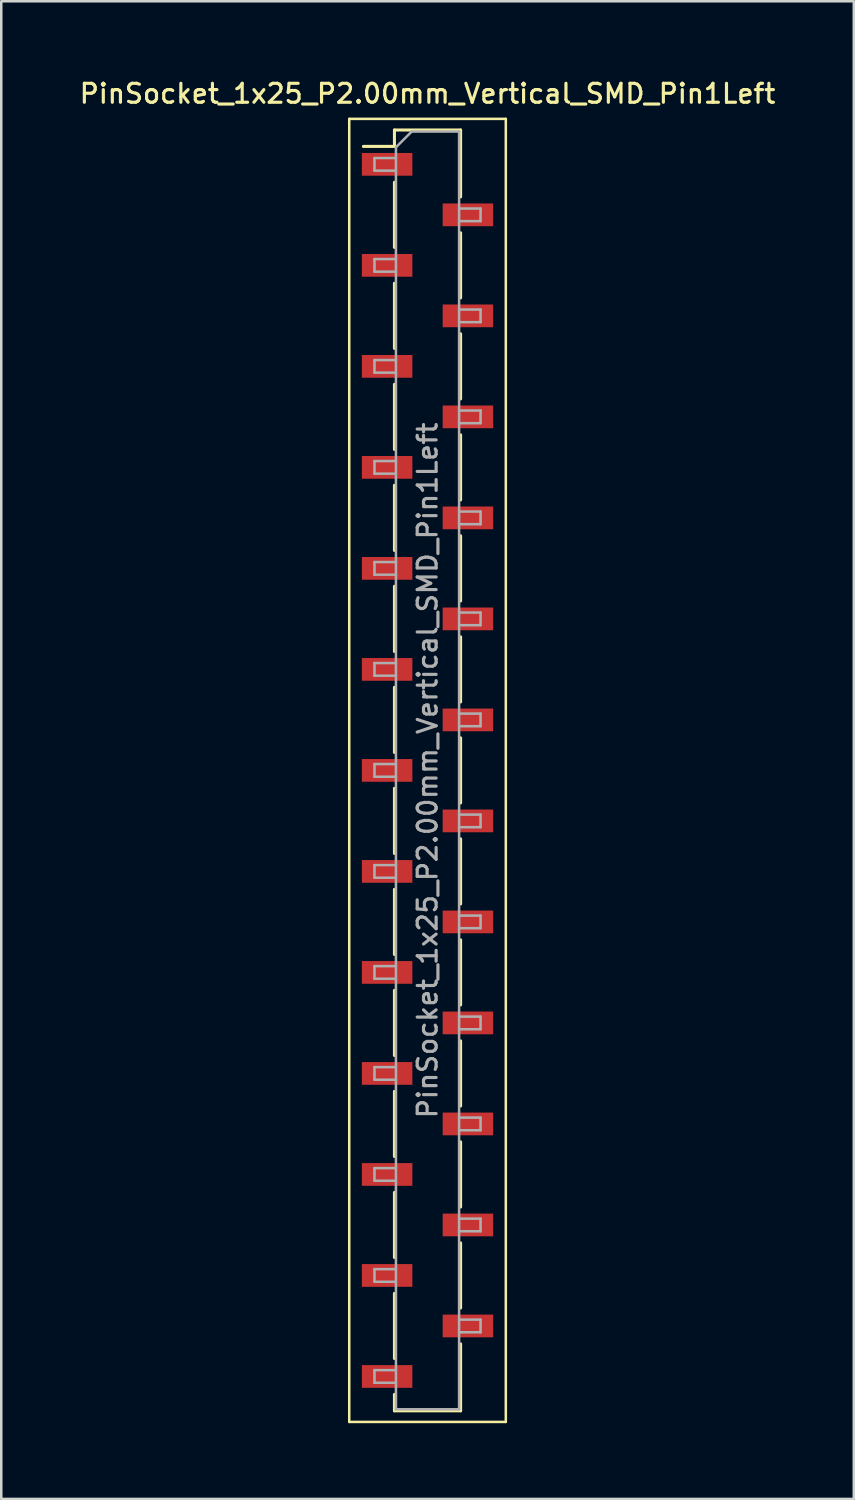
<source format=kicad_pcb>
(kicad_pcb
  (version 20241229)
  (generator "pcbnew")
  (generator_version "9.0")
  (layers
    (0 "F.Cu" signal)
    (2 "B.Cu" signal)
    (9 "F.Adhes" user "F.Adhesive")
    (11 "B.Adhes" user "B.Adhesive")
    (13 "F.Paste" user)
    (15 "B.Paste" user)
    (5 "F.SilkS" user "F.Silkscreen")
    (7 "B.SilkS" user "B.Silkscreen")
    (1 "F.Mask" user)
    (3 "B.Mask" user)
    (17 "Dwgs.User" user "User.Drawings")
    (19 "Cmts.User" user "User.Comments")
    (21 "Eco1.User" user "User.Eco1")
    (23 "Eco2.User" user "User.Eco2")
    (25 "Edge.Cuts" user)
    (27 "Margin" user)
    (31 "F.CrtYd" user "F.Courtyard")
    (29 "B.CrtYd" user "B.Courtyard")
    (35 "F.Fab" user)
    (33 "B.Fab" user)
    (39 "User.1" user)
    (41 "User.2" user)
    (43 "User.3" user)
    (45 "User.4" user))
  (footprint "PinSocket_1x25_P2.00mm_Vertical_SMD_Pin1Left"
    (layer "F.Cu")
    (at 13.88 27.458)
    (property "Reference" "PinSocket_1x25_P2.00mm_Vertical_SMD_Pin1Left" (at 0 -26.8 0) (layer "F.SilkS") (effects (font (size 0.75 0.75) (thickness 0.125))))
    (attr smd)
    (fp_line (start -3.1 -25.8) (end 3.1 -25.8) (stroke (width 0.1) (type solid)) (layer "F.SilkS"))
    (fp_line (start -3.1 25.8) (end -3.1 -25.8) (stroke (width 0.1) (type solid)) (layer "F.SilkS"))
    (fp_line (start -2.54 -24.71) (end -1.31 -24.71) (stroke (width 0.12) (type solid)) (layer "F.SilkS"))
    (fp_line (start -1.31 -25.36) (end -1.31 -24.71) (stroke (width 0.12) (type solid)) (layer "F.SilkS"))
    (fp_line (start -1.31 -25.36) (end 1.31 -25.36) (stroke (width 0.12) (type solid)) (layer "F.SilkS"))
    (fp_line (start -1.31 -23.29) (end -1.31 -20.71) (stroke (width 0.12) (type solid)) (layer "F.SilkS"))
    (fp_line (start -1.31 -19.29) (end -1.31 -16.71) (stroke (width 0.12) (type solid)) (layer "F.SilkS"))
    (fp_line (start -1.31 -15.29) (end -1.31 -12.71) (stroke (width 0.12) (type solid)) (layer "F.SilkS"))
    (fp_line (start -1.31 -11.29) (end -1.31 -8.71) (stroke (width 0.12) (type solid)) (layer "F.SilkS"))
    (fp_line (start -1.31 -7.29) (end -1.31 -4.71) (stroke (width 0.12) (type solid)) (layer "F.SilkS"))
    (fp_line (start -1.31 -3.29) (end -1.31 -0.71) (stroke (width 0.12) (type solid)) (layer "F.SilkS"))
    (fp_line (start -1.31 0.71) (end -1.31 3.29) (stroke (width 0.12) (type solid)) (layer "F.SilkS"))
    (fp_line (start -1.31 4.71) (end -1.31 7.29) (stroke (width 0.12) (type solid)) (layer "F.SilkS"))
    (fp_line (start -1.31 8.71) (end -1.31 11.29) (stroke (width 0.12) (type solid)) (layer "F.SilkS"))
    (fp_line (start -1.31 12.71) (end -1.31 15.29) (stroke (width 0.12) (type solid)) (layer "F.SilkS"))
    (fp_line (start -1.31 16.71) (end -1.31 19.29) (stroke (width 0.12) (type solid)) (layer "F.SilkS"))
    (fp_line (start -1.31 20.71) (end -1.31 23.29) (stroke (width 0.12) (type solid)) (layer "F.SilkS"))
    (fp_line (start -1.31 24.71) (end -1.31 25.36) (stroke (width 0.12) (type solid)) (layer "F.SilkS"))
    (fp_line (start -1.31 25.36) (end 1.31 25.36) (stroke (width 0.12) (type solid)) (layer "F.SilkS"))
    (fp_line (start 1.31 -25.36) (end 1.31 -22.71) (stroke (width 0.12) (type solid)) (layer "F.SilkS"))
    (fp_line (start 1.31 -21.29) (end 1.31 -18.71) (stroke (width 0.12) (type solid)) (layer "F.SilkS"))
    (fp_line (start 1.31 -17.29) (end 1.31 -14.71) (stroke (width 0.12) (type solid)) (layer "F.SilkS"))
    (fp_line (start 1.31 -13.29) (end 1.31 -10.71) (stroke (width 0.12) (type solid)) (layer "F.SilkS"))
    (fp_line (start 1.31 -9.29) (end 1.31 -6.71) (stroke (width 0.12) (type solid)) (layer "F.SilkS"))
    (fp_line (start 1.31 -5.29) (end 1.31 -2.71) (stroke (width 0.12) (type solid)) (layer "F.SilkS"))
    (fp_line (start 1.31 -1.29) (end 1.31 1.29) (stroke (width 0.12) (type solid)) (layer "F.SilkS"))
    (fp_line (start 1.31 2.71) (end 1.31 5.29) (stroke (width 0.12) (type solid)) (layer "F.SilkS"))
    (fp_line (start 1.31 6.71) (end 1.31 9.29) (stroke (width 0.12) (type solid)) (layer "F.SilkS"))
    (fp_line (start 1.31 10.71) (end 1.31 13.29) (stroke (width 0.12) (type solid)) (layer "F.SilkS"))
    (fp_line (start 1.31 14.71) (end 1.31 17.29) (stroke (width 0.12) (type solid)) (layer "F.SilkS"))
    (fp_line (start 1.31 18.71) (end 1.31 21.29) (stroke (width 0.12) (type solid)) (layer "F.SilkS"))
    (fp_line (start 1.31 22.71) (end 1.31 25.36) (stroke (width 0.12) (type solid)) (layer "F.SilkS"))
    (fp_line (start 3.1 -25.8) (end 3.1 25.8) (stroke (width 0.1) (type solid)) (layer "F.SilkS"))
    (fp_line (start 3.1 25.8) (end -3.1 25.8) (stroke (width 0.1) (type solid)) (layer "F.SilkS"))
    (fp_line (start -2.1 -24.25) (end -1.25 -24.25) (stroke (width 0.1) (type solid)) (layer "F.Fab"))
    (fp_line (start -2.1 -23.75) (end -2.1 -24.25) (stroke (width 0.1) (type solid)) (layer "F.Fab"))
    (fp_line (start -2.1 -20.25) (end -1.25 -20.25) (stroke (width 0.1) (type solid)) (layer "F.Fab"))
    (fp_line (start -2.1 -19.75) (end -2.1 -20.25) (stroke (width 0.1) (type solid)) (layer "F.Fab"))
    (fp_line (start -2.1 -16.25) (end -1.25 -16.25) (stroke (width 0.1) (type solid)) (layer "F.Fab"))
    (fp_line (start -2.1 -15.75) (end -2.1 -16.25) (stroke (width 0.1) (type solid)) (layer "F.Fab"))
    (fp_line (start -2.1 -12.25) (end -1.25 -12.25) (stroke (width 0.1) (type solid)) (layer "F.Fab"))
    (fp_line (start -2.1 -11.75) (end -2.1 -12.25) (stroke (width 0.1) (type solid)) (layer "F.Fab"))
    (fp_line (start -2.1 -8.25) (end -1.25 -8.25) (stroke (width 0.1) (type solid)) (layer "F.Fab"))
    (fp_line (start -2.1 -7.75) (end -2.1 -8.25) (stroke (width 0.1) (type solid)) (layer "F.Fab"))
    (fp_line (start -2.1 -4.25) (end -1.25 -4.25) (stroke (width 0.1) (type solid)) (layer "F.Fab"))
    (fp_line (start -2.1 -3.75) (end -2.1 -4.25) (stroke (width 0.1) (type solid)) (layer "F.Fab"))
    (fp_line (start -2.1 -0.25) (end -1.25 -0.25) (stroke (width 0.1) (type solid)) (layer "F.Fab"))
    (fp_line (start -2.1 0.25) (end -2.1 -0.25) (stroke (width 0.1) (type solid)) (layer "F.Fab"))
    (fp_line (start -2.1 3.75) (end -1.25 3.75) (stroke (width 0.1) (type solid)) (layer "F.Fab"))
    (fp_line (start -2.1 4.25) (end -2.1 3.75) (stroke (width 0.1) (type solid)) (layer "F.Fab"))
    (fp_line (start -2.1 7.75) (end -1.25 7.75) (stroke (width 0.1) (type solid)) (layer "F.Fab"))
    (fp_line (start -2.1 8.25) (end -2.1 7.75) (stroke (width 0.1) (type solid)) (layer "F.Fab"))
    (fp_line (start -2.1 11.75) (end -1.25 11.75) (stroke (width 0.1) (type solid)) (layer "F.Fab"))
    (fp_line (start -2.1 12.25) (end -2.1 11.75) (stroke (width 0.1) (type solid)) (layer "F.Fab"))
    (fp_line (start -2.1 15.75) (end -1.25 15.75) (stroke (width 0.1) (type solid)) (layer "F.Fab"))
    (fp_line (start -2.1 16.25) (end -2.1 15.75) (stroke (width 0.1) (type solid)) (layer "F.Fab"))
    (fp_line (start -2.1 19.75) (end -1.25 19.75) (stroke (width 0.1) (type solid)) (layer "F.Fab"))
    (fp_line (start -2.1 20.25) (end -2.1 19.75) (stroke (width 0.1) (type solid)) (layer "F.Fab"))
    (fp_line (start -2.1 23.75) (end -1.25 23.75) (stroke (width 0.1) (type solid)) (layer "F.Fab"))
    (fp_line (start -2.1 24.25) (end -2.1 23.75) (stroke (width 0.1) (type solid)) (layer "F.Fab"))
    (fp_line (start -1.25 -24.675) (end -0.625 -25.3) (stroke (width 0.1) (type solid)) (layer "F.Fab"))
    (fp_line (start -1.25 -23.75) (end -2.1 -23.75) (stroke (width 0.1) (type solid)) (layer "F.Fab"))
    (fp_line (start -1.25 -19.75) (end -2.1 -19.75) (stroke (width 0.1) (type solid)) (layer "F.Fab"))
    (fp_line (start -1.25 -15.75) (end -2.1 -15.75) (stroke (width 0.1) (type solid)) (layer "F.Fab"))
    (fp_line (start -1.25 -11.75) (end -2.1 -11.75) (stroke (width 0.1) (type solid)) (layer "F.Fab"))
    (fp_line (start -1.25 -7.75) (end -2.1 -7.75) (stroke (width 0.1) (type solid)) (layer "F.Fab"))
    (fp_line (start -1.25 -3.75) (end -2.1 -3.75) (stroke (width 0.1) (type solid)) (layer "F.Fab"))
    (fp_line (start -1.25 0.25) (end -2.1 0.25) (stroke (width 0.1) (type solid)) (layer "F.Fab"))
    (fp_line (start -1.25 4.25) (end -2.1 4.25) (stroke (width 0.1) (type solid)) (layer "F.Fab"))
    (fp_line (start -1.25 8.25) (end -2.1 8.25) (stroke (width 0.1) (type solid)) (layer "F.Fab"))
    (fp_line (start -1.25 12.25) (end -2.1 12.25) (stroke (width 0.1) (type solid)) (layer "F.Fab"))
    (fp_line (start -1.25 16.25) (end -2.1 16.25) (stroke (width 0.1) (type solid)) (layer "F.Fab"))
    (fp_line (start -1.25 20.25) (end -2.1 20.25) (stroke (width 0.1) (type solid)) (layer "F.Fab"))
    (fp_line (start -1.25 24.25) (end -2.1 24.25) (stroke (width 0.1) (type solid)) (layer "F.Fab"))
    (fp_line (start -1.25 25.3) (end -1.25 -24.675) (stroke (width 0.1) (type solid)) (layer "F.Fab"))
    (fp_line (start -0.625 -25.3) (end 1.25 -25.3) (stroke (width 0.1) (type solid)) (layer "F.Fab"))
    (fp_line (start 1.25 -25.3) (end 1.25 25.3) (stroke (width 0.1) (type solid)) (layer "F.Fab"))
    (fp_line (start 1.25 -22.25) (end 2.1 -22.25) (stroke (width 0.1) (type solid)) (layer "F.Fab"))
    (fp_line (start 1.25 -18.25) (end 2.1 -18.25) (stroke (width 0.1) (type solid)) (layer "F.Fab"))
    (fp_line (start 1.25 -14.25) (end 2.1 -14.25) (stroke (width 0.1) (type solid)) (layer "F.Fab"))
    (fp_line (start 1.25 -10.25) (end 2.1 -10.25) (stroke (width 0.1) (type solid)) (layer "F.Fab"))
    (fp_line (start 1.25 -6.25) (end 2.1 -6.25) (stroke (width 0.1) (type solid)) (layer "F.Fab"))
    (fp_line (start 1.25 -2.25) (end 2.1 -2.25) (stroke (width 0.1) (type solid)) (layer "F.Fab"))
    (fp_line (start 1.25 1.75) (end 2.1 1.75) (stroke (width 0.1) (type solid)) (layer "F.Fab"))
    (fp_line (start 1.25 5.75) (end 2.1 5.75) (stroke (width 0.1) (type solid)) (layer "F.Fab"))
    (fp_line (start 1.25 9.75) (end 2.1 9.75) (stroke (width 0.1) (type solid)) (layer "F.Fab"))
    (fp_line (start 1.25 13.75) (end 2.1 13.75) (stroke (width 0.1) (type solid)) (layer "F.Fab"))
    (fp_line (start 1.25 17.75) (end 2.1 17.75) (stroke (width 0.1) (type solid)) (layer "F.Fab"))
    (fp_line (start 1.25 21.75) (end 2.1 21.75) (stroke (width 0.1) (type solid)) (layer "F.Fab"))
    (fp_line (start 1.25 25.3) (end -1.25 25.3) (stroke (width 0.1) (type solid)) (layer "F.Fab"))
    (fp_line (start 2.1 -22.25) (end 2.1 -21.75) (stroke (width 0.1) (type solid)) (layer "F.Fab"))
    (fp_line (start 2.1 -21.75) (end 1.25 -21.75) (stroke (width 0.1) (type solid)) (layer "F.Fab"))
    (fp_line (start 2.1 -18.25) (end 2.1 -17.75) (stroke (width 0.1) (type solid)) (layer "F.Fab"))
    (fp_line (start 2.1 -17.75) (end 1.25 -17.75) (stroke (width 0.1) (type solid)) (layer "F.Fab"))
    (fp_line (start 2.1 -14.25) (end 2.1 -13.75) (stroke (width 0.1) (type solid)) (layer "F.Fab"))
    (fp_line (start 2.1 -13.75) (end 1.25 -13.75) (stroke (width 0.1) (type solid)) (layer "F.Fab"))
    (fp_line (start 2.1 -10.25) (end 2.1 -9.75) (stroke (width 0.1) (type solid)) (layer "F.Fab"))
    (fp_line (start 2.1 -9.75) (end 1.25 -9.75) (stroke (width 0.1) (type solid)) (layer "F.Fab"))
    (fp_line (start 2.1 -6.25) (end 2.1 -5.75) (stroke (width 0.1) (type solid)) (layer "F.Fab"))
    (fp_line (start 2.1 -5.75) (end 1.25 -5.75) (stroke (width 0.1) (type solid)) (layer "F.Fab"))
    (fp_line (start 2.1 -2.25) (end 2.1 -1.75) (stroke (width 0.1) (type solid)) (layer "F.Fab"))
    (fp_line (start 2.1 -1.75) (end 1.25 -1.75) (stroke (width 0.1) (type solid)) (layer "F.Fab"))
    (fp_line (start 2.1 1.75) (end 2.1 2.25) (stroke (width 0.1) (type solid)) (layer "F.Fab"))
    (fp_line (start 2.1 2.25) (end 1.25 2.25) (stroke (width 0.1) (type solid)) (layer "F.Fab"))
    (fp_line (start 2.1 5.75) (end 2.1 6.25) (stroke (width 0.1) (type solid)) (layer "F.Fab"))
    (fp_line (start 2.1 6.25) (end 1.25 6.25) (stroke (width 0.1) (type solid)) (layer "F.Fab"))
    (fp_line (start 2.1 9.75) (end 2.1 10.25) (stroke (width 0.1) (type solid)) (layer "F.Fab"))
    (fp_line (start 2.1 10.25) (end 1.25 10.25) (stroke (width 0.1) (type solid)) (layer "F.Fab"))
    (fp_line (start 2.1 13.75) (end 2.1 14.25) (stroke (width 0.1) (type solid)) (layer "F.Fab"))
    (fp_line (start 2.1 14.25) (end 1.25 14.25) (stroke (width 0.1) (type solid)) (layer "F.Fab"))
    (fp_line (start 2.1 17.75) (end 2.1 18.25) (stroke (width 0.1) (type solid)) (layer "F.Fab"))
    (fp_line (start 2.1 18.25) (end 1.25 18.25) (stroke (width 0.1) (type solid)) (layer "F.Fab"))
    (fp_line (start 2.1 21.75) (end 2.1 22.25) (stroke (width 0.1) (type solid)) (layer "F.Fab"))
    (fp_line (start 2.1 22.25) (end 1.25 22.25) (stroke (width 0.1) (type solid)) (layer "F.Fab"))
    (fp_text user "${REFERENCE}" (at 0 0 90) (layer "F.Fab") (effects (font (size 0.75 0.75) (thickness 0.125))))
    (pad "1" smd rect (at -1.6 -24) (size 2 0.9) (layers "F.Cu" "F.Mask" "F.Paste"))
    (pad "2" smd rect (at 1.6 -22) (size 2 0.9) (layers "F.Cu" "F.Mask" "F.Paste"))
    (pad "3" smd rect (at -1.6 -20) (size 2 0.9) (layers "F.Cu" "F.Mask" "F.Paste"))
    (pad "4" smd rect (at 1.6 -18) (size 2 0.9) (layers "F.Cu" "F.Mask" "F.Paste"))
    (pad "5" smd rect (at -1.6 -16) (size 2 0.9) (layers "F.Cu" "F.Mask" "F.Paste"))
    (pad "6" smd rect (at 1.6 -14) (size 2 0.9) (layers "F.Cu" "F.Mask" "F.Paste"))
    (pad "7" smd rect (at -1.6 -12) (size 2 0.9) (layers "F.Cu" "F.Mask" "F.Paste"))
    (pad "8" smd rect (at 1.6 -10) (size 2 0.9) (layers "F.Cu" "F.Mask" "F.Paste"))
    (pad "9" smd rect (at -1.6 -8) (size 2 0.9) (layers "F.Cu" "F.Mask" "F.Paste"))
    (pad "10" smd rect (at 1.6 -6) (size 2 0.9) (layers "F.Cu" "F.Mask" "F.Paste"))
    (pad "11" smd rect (at -1.6 -4) (size 2 0.9) (layers "F.Cu" "F.Mask" "F.Paste"))
    (pad "12" smd rect (at 1.6 -2) (size 2 0.9) (layers "F.Cu" "F.Mask" "F.Paste"))
    (pad "13" smd rect (at -1.6 0) (size 2 0.9) (layers "F.Cu" "F.Mask" "F.Paste"))
    (pad "14" smd rect (at 1.6 2) (size 2 0.9) (layers "F.Cu" "F.Mask" "F.Paste"))
    (pad "15" smd rect (at -1.6 4) (size 2 0.9) (layers "F.Cu" "F.Mask" "F.Paste"))
    (pad "16" smd rect (at 1.6 6) (size 2 0.9) (layers "F.Cu" "F.Mask" "F.Paste"))
    (pad "17" smd rect (at -1.6 8) (size 2 0.9) (layers "F.Cu" "F.Mask" "F.Paste"))
    (pad "18" smd rect (at 1.6 10) (size 2 0.9) (layers "F.Cu" "F.Mask" "F.Paste"))
    (pad "19" smd rect (at -1.6 12) (size 2 0.9) (layers "F.Cu" "F.Mask" "F.Paste"))
    (pad "20" smd rect (at 1.6 14) (size 2 0.9) (layers "F.Cu" "F.Mask" "F.Paste"))
    (pad "21" smd rect (at -1.6 16) (size 2 0.9) (layers "F.Cu" "F.Mask" "F.Paste"))
    (pad "22" smd rect (at 1.6 18) (size 2 0.9) (layers "F.Cu" "F.Mask" "F.Paste"))
    (pad "23" smd rect (at -1.6 20) (size 2 0.9) (layers "F.Cu" "F.Mask" "F.Paste"))
    (pad "24" smd rect (at 1.6 22) (size 2 0.9) (layers "F.Cu" "F.Mask" "F.Paste"))
    (pad "25" smd rect (at -1.6 24) (size 2 0.9) (layers "F.Cu" "F.Mask" "F.Paste")))
  (gr_rect
    (start -3 -3)
    (end 30.761 56.308)
    (stroke (width 0.1) (type default))
    (fill no)
    (layer "Edge.Cuts")))
</source>
